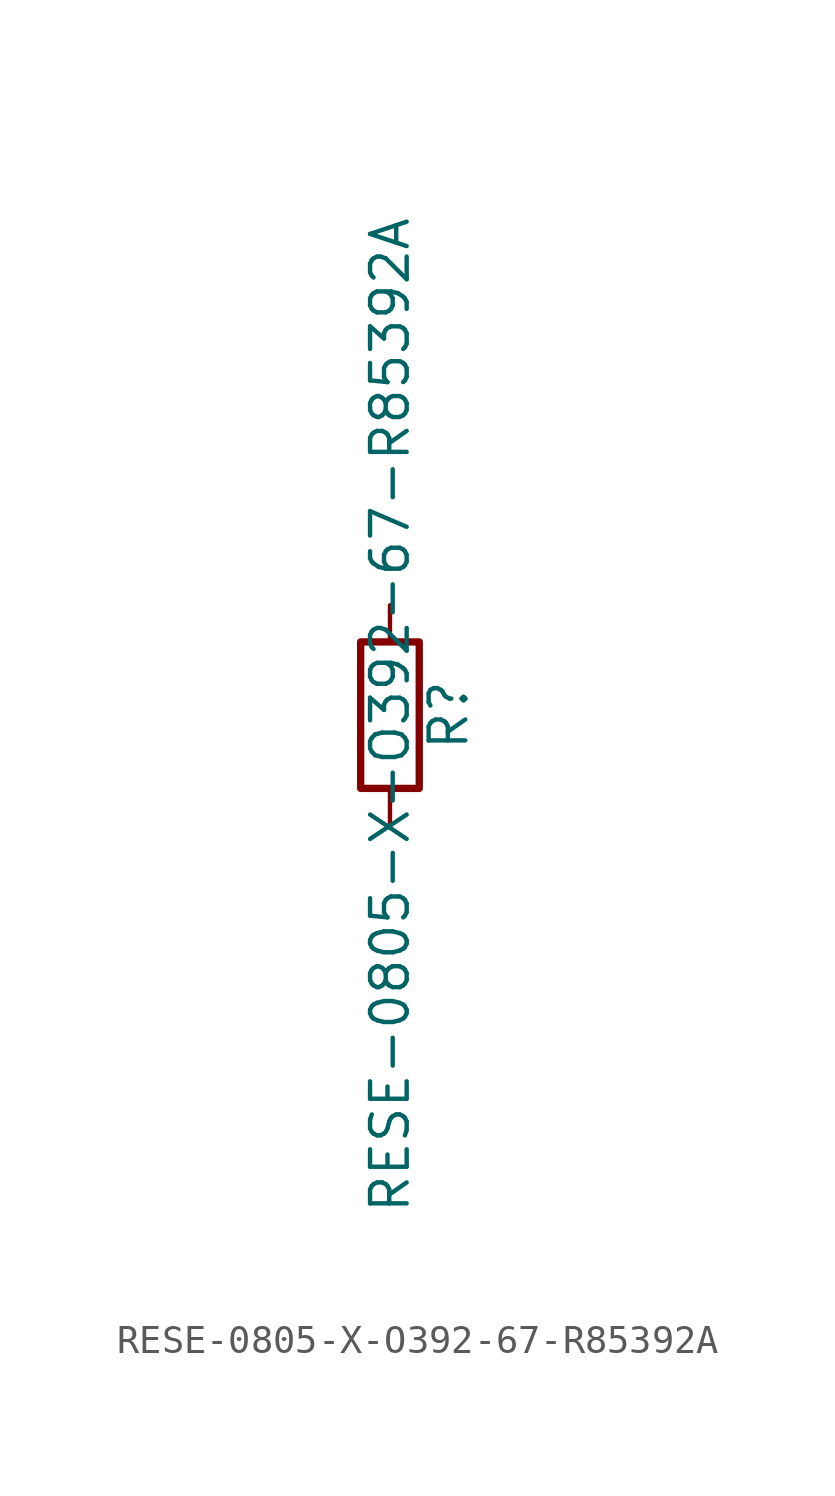
<source format=kicad_sym>
(kicad_symbol_lib
  (version 20211014)
  (generator kicad_symbol_editor)
  (symbol "RESE-0805-X-O392-67-R85392A"
    (pin_numbers hide)
    (pin_names
      (offset 0))
    (property "Reference" "R"
      (at 2.032 0 90)
      (effects (font (size 1.27 1.27))))
    (property "Value" "RESE-0805-X-O392-67-R85392A"
      (at 0 0 90)
      (effects (font (size 1.27 1.27))))
    (symbol "RESE-0805-X-O392-67-R85392A_0_1"
      (rectangle (start -1.016 -2.54) (end 1.016 2.54) (stroke (width 0.254) (type default) (color 0 0 0 0)) (fill (type none))))
    (symbol "RESE-0805-X-O392-67-R85392A_1_1"
      (pin passive line (at 0 3.81 270) (length 1.27) (name "~" (effects (font (size 1.27 1.27)))) (number "1" (effects (font (size 1.27 1.27)))))
      (pin passive line (at 0 -3.81 90) (length 1.27) (name "~" (effects (font (size 1.27 1.27)))) (number "2" (effects (font (size 1.27 1.27))))))))
</source>
